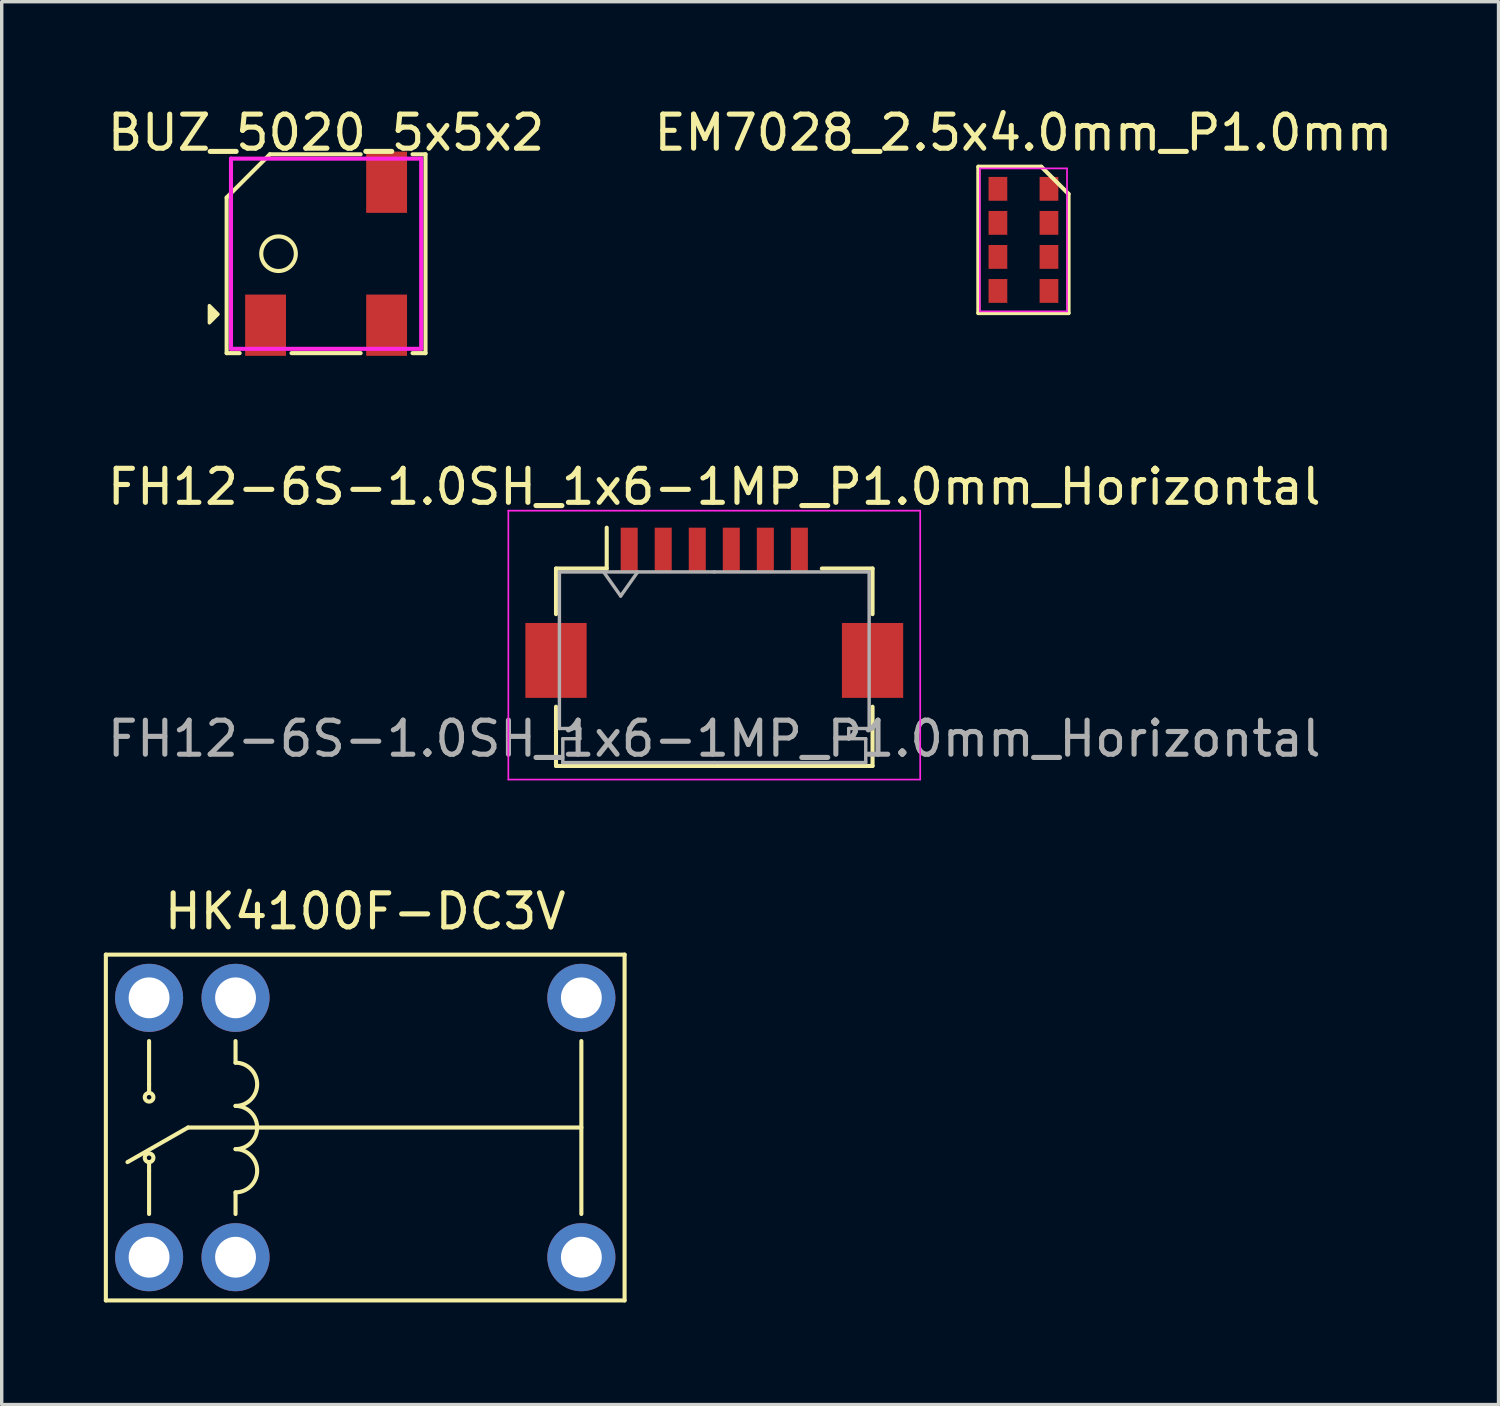
<source format=kicad_pcb>
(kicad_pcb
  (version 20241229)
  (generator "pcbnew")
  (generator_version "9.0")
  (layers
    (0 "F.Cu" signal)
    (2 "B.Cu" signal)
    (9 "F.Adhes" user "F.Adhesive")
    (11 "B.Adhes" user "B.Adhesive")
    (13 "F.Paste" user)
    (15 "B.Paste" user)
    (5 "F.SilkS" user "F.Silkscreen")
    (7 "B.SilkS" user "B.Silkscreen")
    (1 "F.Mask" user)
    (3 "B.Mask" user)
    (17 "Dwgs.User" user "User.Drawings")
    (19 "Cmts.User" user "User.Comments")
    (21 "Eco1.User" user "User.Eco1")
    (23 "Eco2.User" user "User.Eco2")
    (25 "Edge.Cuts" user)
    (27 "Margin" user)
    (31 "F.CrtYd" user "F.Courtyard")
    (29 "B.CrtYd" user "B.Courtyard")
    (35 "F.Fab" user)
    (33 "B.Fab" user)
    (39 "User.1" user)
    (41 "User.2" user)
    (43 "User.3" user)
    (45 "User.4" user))
  (footprint "FH12-6S-1.0SH_1x6-1MP_P1.0mm_Horizontal"
    (layer "F.Cu")
    (at 17.935 14.953)
    (property "Reference" "FH12-6S-1.0SH_1x6-1MP_P1.0mm_Horizontal" (at 0 -3.7 0) (layer "F.SilkS") (effects (font (size 1 1) (thickness 0.15))))
    (attr smd)
    (fp_line (start -4.65 -1.3) (end -4.65 0.04) (stroke (width 0.12) (type solid)) (layer "F.SilkS"))
    (fp_line (start -4.65 2.76) (end -4.65 4.5) (stroke (width 0.12) (type solid)) (layer "F.SilkS"))
    (fp_line (start -4.65 4.5) (end 4.65 4.5) (stroke (width 0.12) (type solid)) (layer "F.SilkS"))
    (fp_line (start -3.16 -1.3) (end -4.65 -1.3) (stroke (width 0.12) (type solid)) (layer "F.SilkS"))
    (fp_line (start -3.16 -1.3) (end -3.16 -2.5) (stroke (width 0.12) (type solid)) (layer "F.SilkS"))
    (fp_line (start 3.16 -1.3) (end 4.65 -1.3) (stroke (width 0.12) (type solid)) (layer "F.SilkS"))
    (fp_line (start 4.65 -1.3) (end 4.65 0.04) (stroke (width 0.12) (type solid)) (layer "F.SilkS"))
    (fp_line (start 4.65 4.5) (end 4.65 2.76) (stroke (width 0.12) (type solid)) (layer "F.SilkS"))
    (fp_line (start -6.05 -3) (end -6.05 4.9) (stroke (width 0.05) (type solid)) (layer "F.CrtYd"))
    (fp_line (start -6.05 4.9) (end 6.05 4.9) (stroke (width 0.05) (type solid)) (layer "F.CrtYd"))
    (fp_line (start 6.05 -3) (end -6.05 -3) (stroke (width 0.05) (type solid)) (layer "F.CrtYd"))
    (fp_line (start 6.05 4.9) (end 6.05 -3) (stroke (width 0.05) (type solid)) (layer "F.CrtYd"))
    (fp_line (start -4.55 -1.2) (end -4.55 3.4) (stroke (width 0.1) (type solid)) (layer "F.Fab"))
    (fp_line (start -4.55 3.4) (end -3.95 3.4) (stroke (width 0.1) (type solid)) (layer "F.Fab"))
    (fp_line (start -4.45 3.7) (end -4.45 4.4) (stroke (width 0.1) (type solid)) (layer "F.Fab"))
    (fp_line (start -4.45 4.4) (end 0 4.4) (stroke (width 0.1) (type solid)) (layer "F.Fab"))
    (fp_line (start -3.95 3.4) (end -3.95 3.7) (stroke (width 0.1) (type solid)) (layer "F.Fab"))
    (fp_line (start -3.95 3.7) (end -4.45 3.7) (stroke (width 0.1) (type solid)) (layer "F.Fab"))
    (fp_line (start -3.25 -1.2) (end -2.75 -0.493) (stroke (width 0.1) (type solid)) (layer "F.Fab"))
    (fp_line (start -2.75 -0.493) (end -2.25 -1.2) (stroke (width 0.1) (type solid)) (layer "F.Fab"))
    (fp_line (start 0 -1.2) (end -4.55 -1.2) (stroke (width 0.1) (type solid)) (layer "F.Fab"))
    (fp_line (start 0 -1.2) (end 4.55 -1.2) (stroke (width 0.1) (type solid)) (layer "F.Fab"))
    (fp_line (start 3.95 3.4) (end 3.95 3.7) (stroke (width 0.1) (type solid)) (layer "F.Fab"))
    (fp_line (start 3.95 3.7) (end 4.45 3.7) (stroke (width 0.1) (type solid)) (layer "F.Fab"))
    (fp_line (start 4.45 3.7) (end 4.45 4.4) (stroke (width 0.1) (type solid)) (layer "F.Fab"))
    (fp_line (start 4.45 4.4) (end 0 4.4) (stroke (width 0.1) (type solid)) (layer "F.Fab"))
    (fp_line (start 4.55 -1.2) (end 4.55 3.4) (stroke (width 0.1) (type solid)) (layer "F.Fab"))
    (fp_line (start 4.55 3.4) (end 3.95 3.4) (stroke (width 0.1) (type solid)) (layer "F.Fab"))
    (fp_text user "${REFERENCE}" (at 0 3.7 0) (layer "F.Fab") (effects (font (size 1 1) (thickness 0.15))))
    (pad "1" smd rect (at -2.5 -1.85) (size 0.5 1.3) (layers "F.Cu" "F.Mask" "F.Paste"))
    (pad "2" smd rect (at -1.5 -1.85) (size 0.5 1.3) (layers "F.Cu" "F.Mask" "F.Paste"))
    (pad "3" smd rect (at -0.5 -1.85) (size 0.5 1.3) (layers "F.Cu" "F.Mask" "F.Paste"))
    (pad "4" smd rect (at 0.5 -1.85) (size 0.5 1.3) (layers "F.Cu" "F.Mask" "F.Paste"))
    (pad "5" smd rect (at 1.5 -1.85) (size 0.5 1.3) (layers "F.Cu" "F.Mask" "F.Paste"))
    (pad "6" smd rect (at 2.5 -1.85) (size 0.5 1.3) (layers "F.Cu" "F.Mask" "F.Paste"))
    (pad "MP" smd rect (at -4.65 1.4) (size 1.8 2.2) (layers "F.Cu" "F.Mask" "F.Paste"))
    (pad "MP" smd rect (at 4.65 1.4) (size 1.8 2.2) (layers "F.Cu" "F.Mask" "F.Paste")))
  (footprint "BUZ_5020_5x5x2"
    (layer "F.Cu")
    (at 6.53 4.404)
    (property "Reference" "BUZ_5020_5x5x2" (at 0 -3.556 0) (layer "F.SilkS") (effects (font (size 1 1) (thickness 0.15))))
    (attr through_hole)
    (fp_line (start -2.921 2.921) (end -2.921 -1.651) (stroke (width 0.12) (type solid)) (layer "F.SilkS"))
    (fp_line (start -2.921 2.921) (end -2.54 2.921) (stroke (width 0.12) (type solid)) (layer "F.SilkS"))
    (fp_line (start -1.651 -2.921) (end -2.921 -1.651) (stroke (width 0.12) (type solid)) (layer "F.SilkS"))
    (fp_line (start -1.651 -2.921) (end 1.016 -2.921) (stroke (width 0.12) (type solid)) (layer "F.SilkS"))
    (fp_line (start 1.016 2.921) (end -1.016 2.921) (stroke (width 0.12) (type solid)) (layer "F.SilkS"))
    (fp_line (start 2.54 -2.921) (end 2.921 -2.921) (stroke (width 0.12) (type solid)) (layer "F.SilkS"))
    (fp_line (start 2.921 -2.921) (end 2.921 2.921) (stroke (width 0.12) (type solid)) (layer "F.SilkS"))
    (fp_line (start 2.921 2.921) (end 2.54 2.921) (stroke (width 0.12) (type solid)) (layer "F.SilkS"))
    (fp_circle (center -1.397 0) (end -0.889 0) (stroke (width 0.12) (type solid)) (fill no) (layer "F.SilkS"))
    (fp_poly (pts (xy -3.175 1.778) (xy -3.429 2.032) (xy -3.429 1.524)) (stroke (width 0.1) (type solid)) (fill yes) (layer "F.SilkS"))
    (fp_line (start -2.794 -2.794) (end -2.794 2.794) (stroke (width 0.12) (type solid)) (layer "F.CrtYd"))
    (fp_line (start -2.794 2.794) (end 2.794 2.794) (stroke (width 0.12) (type solid)) (layer "F.CrtYd"))
    (fp_line (start 2.794 -2.794) (end -2.794 -2.794) (stroke (width 0.12) (type solid)) (layer "F.CrtYd"))
    (fp_line (start 2.794 2.794) (end 2.794 -2.794) (stroke (width 0.12) (type solid)) (layer "F.CrtYd"))
    (pad "" smd rect (at -1.778 2.1 90) (size 1.8 1.2) (layers "F.Cu" "F.Mask" "F.Paste"))
    (pad "1" smd rect (at 1.778 2.1 90) (size 1.8 1.2) (layers "F.Cu" "F.Mask" "F.Paste"))
    (pad "2" smd rect (at 1.778 -2.1 270) (size 1.8 1.2) (layers "F.Cu" "F.Mask" "F.Paste")))
  (footprint "HK4100F-DC3V"
    (layer "F.Cu")
    (at 7.68 30.076)
    (property "Reference" "HK4100F-DC3V" (at 0 -6.35 0) (layer "F.SilkS") (effects (font (size 1 1) (thickness 0.15))))
    (attr through_hole)
    (fp_line (start -7.62 -5.08) (end 7.62 -5.08) (stroke (width 0.12) (type solid)) (layer "F.SilkS"))
    (fp_line (start -7.62 5.08) (end -7.62 -5.08) (stroke (width 0.12) (type solid)) (layer "F.SilkS"))
    (fp_line (start -6.985 1.016) (end -5.207 0) (stroke (width 0.12) (type solid)) (layer "F.SilkS"))
    (fp_line (start -6.35 -2.54) (end -6.35 -1.27) (stroke (width 0.12) (type solid)) (layer "F.SilkS"))
    (fp_line (start -6.35 -1.27) (end -6.35 -1.016) (stroke (width 0.12) (type solid)) (layer "F.SilkS"))
    (fp_line (start -6.35 1.27) (end -6.35 1.016) (stroke (width 0.12) (type solid)) (layer "F.SilkS"))
    (fp_line (start -6.35 2.54) (end -6.35 1.27) (stroke (width 0.12) (type solid)) (layer "F.SilkS"))
    (fp_line (start -5.207 0) (end 6.35 0) (stroke (width 0.12) (type solid)) (layer "F.SilkS"))
    (fp_line (start -3.81 -2.54) (end -3.81 -1.905) (stroke (width 0.12) (type solid)) (layer "F.SilkS"))
    (fp_line (start -3.81 2.54) (end -3.81 1.905) (stroke (width 0.12) (type solid)) (layer "F.SilkS"))
    (fp_line (start 6.35 -2.54) (end 6.35 2.54) (stroke (width 0.12) (type solid)) (layer "F.SilkS"))
    (fp_line (start 7.62 -5.08) (end 7.62 5.08) (stroke (width 0.12) (type solid)) (layer "F.SilkS"))
    (fp_line (start 7.62 5.08) (end -7.62 5.08) (stroke (width 0.12) (type solid)) (layer "F.SilkS"))
    (fp_arc (start -3.81 -1.905) (mid -3.175 -1.27) (end -3.81 -0.635) (stroke (width 0.12) (type solid)) (layer "F.SilkS"))
    (fp_arc (start -3.81 -0.635) (mid -3.175 0) (end -3.81 0.635) (stroke (width 0.12) (type solid)) (layer "F.SilkS"))
    (fp_arc (start -3.81 0.635) (mid -3.175 1.27) (end -3.81 1.905) (stroke (width 0.12) (type solid)) (layer "F.SilkS"))
    (fp_circle (center -6.35 -0.889) (end -6.35 -1.016) (stroke (width 0.12) (type solid)) (fill no) (layer "F.SilkS"))
    (fp_circle (center -6.35 0.889) (end -6.35 0.762) (stroke (width 0.12) (type solid)) (fill no) (layer "F.SilkS"))
    (pad "1" thru_hole circle (at -6.35 -3.81) (size 2 2) (drill 1.2) (layers "*.Cu" "*.Mask"))
    (pad "2" thru_hole circle (at -6.35 3.81) (size 2 2) (drill 1.2) (layers "*.Cu" "*.Mask"))
    (pad "3" thru_hole circle (at -3.81 -3.81) (size 2 2) (drill 1.2) (layers "*.Cu" "*.Mask"))
    (pad "4" thru_hole circle (at -3.81 3.81) (size 2 2) (drill 1.2) (layers "*.Cu" "*.Mask"))
    (pad "5" thru_hole circle (at 6.35 -3.81) (size 2 2) (drill 1.2) (layers "*.Cu" "*.Mask"))
    (pad "6" thru_hole circle (at 6.35 3.81) (size 2 2) (drill 1.2) (layers "*.Cu" "*.Mask")))
  (footprint "EM7028_2.5x4.0mm_P1.0mm"
    (layer "F.Cu")
    (at 27.018 3.998)
    (property "Reference" "EM7028_2.5x4.0mm_P1.0mm" (at 0 -3.15 0) (layer "F.SilkS") (effects (font (size 1 1) (thickness 0.15))))
    (attr smd)
    (fp_line (start -1.325 -2.15) (end -1.325 2.15) (stroke (width 0.12) (type solid)) (layer "F.SilkS"))
    (fp_line (start -1.325 2.15) (end 1.325 2.15) (stroke (width 0.12) (type solid)) (layer "F.SilkS"))
    (fp_line (start 0.525 -2.15) (end -1.325 -2.15) (stroke (width 0.12) (type solid)) (layer "F.SilkS"))
    (fp_line (start 1.325 -1.35) (end 0.525 -2.15) (stroke (width 0.12) (type solid)) (layer "F.SilkS"))
    (fp_line (start 1.325 2.15) (end 1.325 -1.35) (stroke (width 0.12) (type solid)) (layer "F.SilkS"))
    (fp_line (start -1.28 -2.1) (end -1.28 2.1) (stroke (width 0.05) (type solid)) (layer "F.CrtYd"))
    (fp_line (start -1.28 2.1) (end 1.28 2.1) (stroke (width 0.05) (type solid)) (layer "F.CrtYd"))
    (fp_line (start 1.28 -2.1) (end -1.28 -2.1) (stroke (width 0.05) (type solid)) (layer "F.CrtYd"))
    (fp_line (start 1.28 2.1) (end 1.28 -2.1) (stroke (width 0.05) (type solid)) (layer "F.CrtYd"))
    (pad "1" smd rect (at 0.75 -1.5 90) (size 0.7 0.55) (layers "F.Cu" "F.Mask" "F.Paste"))
    (pad "2" smd rect (at 0.75 -0.5 90) (size 0.7 0.55) (layers "F.Cu" "F.Mask" "F.Paste"))
    (pad "3" smd rect (at 0.75 0.5 90) (size 0.7 0.55) (layers "F.Cu" "F.Mask" "F.Paste"))
    (pad "4" smd rect (at 0.75 1.5 90) (size 0.7 0.55) (layers "F.Cu" "F.Mask" "F.Paste"))
    (pad "5" smd rect (at -0.75 1.5 90) (size 0.7 0.55) (layers "F.Cu" "F.Mask" "F.Paste"))
    (pad "6" smd rect (at -0.75 0.5 90) (size 0.7 0.55) (layers "F.Cu" "F.Mask" "F.Paste"))
    (pad "7" smd rect (at -0.75 -0.5 90) (size 0.7 0.55) (layers "F.Cu" "F.Mask" "F.Paste"))
    (pad "8" smd rect (at -0.75 -1.5 90) (size 0.7 0.55) (layers "F.Cu" "F.Mask" "F.Paste")))
  (gr_rect
    (start -3 -3)
    (end 40.976 38.216)
    (stroke (width 0.1) (type default))
    (fill no)
    (layer "Edge.Cuts")))
</source>
